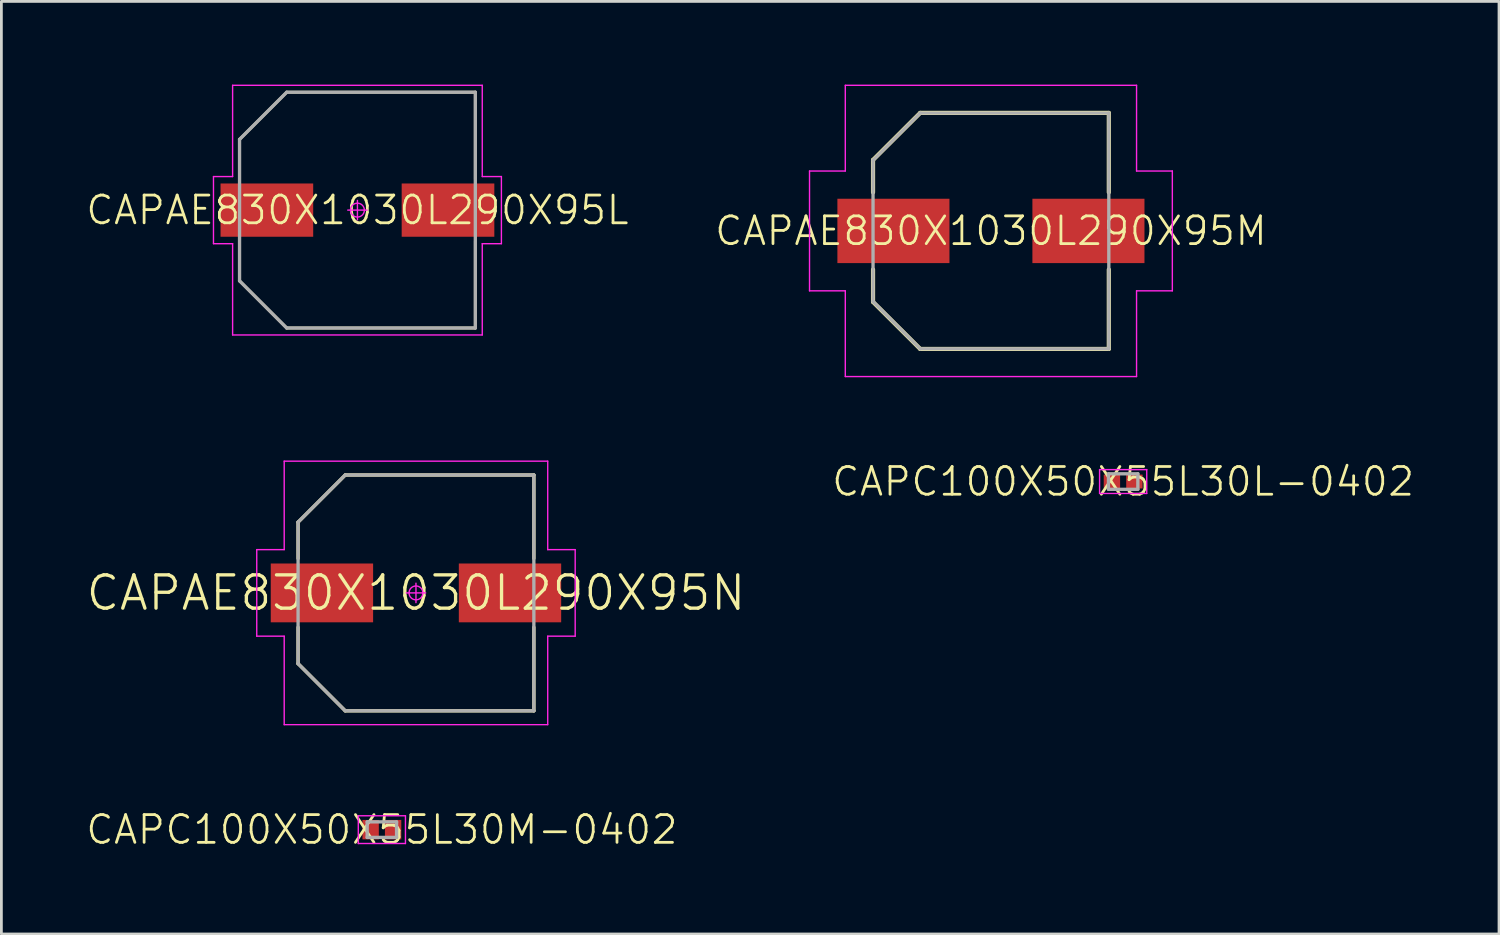
<source format=kicad_pcb>
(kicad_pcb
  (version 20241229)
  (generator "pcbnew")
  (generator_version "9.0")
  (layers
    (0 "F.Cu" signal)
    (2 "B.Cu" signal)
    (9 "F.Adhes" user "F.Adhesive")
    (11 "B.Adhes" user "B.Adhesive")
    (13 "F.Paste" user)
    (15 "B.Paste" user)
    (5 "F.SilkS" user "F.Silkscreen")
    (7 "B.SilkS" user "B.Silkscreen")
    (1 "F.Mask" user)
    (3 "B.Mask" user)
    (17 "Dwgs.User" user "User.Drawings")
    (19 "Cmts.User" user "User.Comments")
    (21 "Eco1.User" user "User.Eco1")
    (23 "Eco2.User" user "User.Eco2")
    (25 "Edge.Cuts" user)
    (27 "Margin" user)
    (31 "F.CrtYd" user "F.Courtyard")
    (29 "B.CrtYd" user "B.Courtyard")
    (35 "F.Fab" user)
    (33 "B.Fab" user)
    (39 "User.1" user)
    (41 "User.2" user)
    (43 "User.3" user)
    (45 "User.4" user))
  (footprint "CAPAE830X1030L290X95N"
    (layer "F.Cu")
    (at 11.946 18.325)
    (property "Reference" "CAPAE830X1030L290X95N" (at 0 0 0) (layer "F.SilkS") (effects (font (size 1.2 1.2) (thickness 0.12))))
    (attr smd)
    (fp_line (start -4.25 -2.55) (end -4.25 -1.24) (stroke (width 0.12) (type solid)) (layer "F.SilkS"))
    (fp_line (start -4.25 2.55) (end -4.25 1.24) (stroke (width 0.12) (type solid)) (layer "F.SilkS"))
    (fp_line (start -2.55 -4.25) (end -4.25 -2.55) (stroke (width 0.12) (type solid)) (layer "F.SilkS"))
    (fp_line (start -2.55 4.25) (end -4.25 2.55) (stroke (width 0.12) (type solid)) (layer "F.SilkS"))
    (fp_line (start 4.25 -4.25) (end -2.55 -4.25) (stroke (width 0.12) (type solid)) (layer "F.SilkS"))
    (fp_line (start 4.25 -1.24) (end 4.25 -4.25) (stroke (width 0.12) (type solid)) (layer "F.SilkS"))
    (fp_line (start 4.25 1.24) (end 4.25 4.25) (stroke (width 0.12) (type solid)) (layer "F.SilkS"))
    (fp_line (start 4.25 4.25) (end -2.55 4.25) (stroke (width 0.12) (type solid)) (layer "F.SilkS"))
    (fp_line (start -5.74 -1.56) (end -5.74 1.56) (stroke (width 0.05) (type solid)) (layer "F.CrtYd"))
    (fp_line (start -5.74 1.56) (end -4.75 1.56) (stroke (width 0.05) (type solid)) (layer "F.CrtYd"))
    (fp_line (start -4.75 -4.75) (end -4.75 -1.56) (stroke (width 0.05) (type solid)) (layer "F.CrtYd"))
    (fp_line (start -4.75 -1.56) (end -5.74 -1.56) (stroke (width 0.05) (type solid)) (layer "F.CrtYd"))
    (fp_line (start -4.75 1.56) (end -4.75 4.75) (stroke (width 0.05) (type solid)) (layer "F.CrtYd"))
    (fp_line (start -4.75 4.75) (end 4.75 4.75) (stroke (width 0.05) (type solid)) (layer "F.CrtYd"))
    (fp_line (start 0 -0.35) (end 0 0.35) (stroke (width 0.05) (type solid)) (layer "F.CrtYd"))
    (fp_line (start 0.35 0) (end -0.35 0) (stroke (width 0.05) (type solid)) (layer "F.CrtYd"))
    (fp_line (start 4.75 -4.75) (end -4.75 -4.75) (stroke (width 0.05) (type solid)) (layer "F.CrtYd"))
    (fp_line (start 4.75 -1.56) (end 4.75 -4.75) (stroke (width 0.05) (type solid)) (layer "F.CrtYd"))
    (fp_line (start 4.75 1.56) (end 5.74 1.56) (stroke (width 0.05) (type solid)) (layer "F.CrtYd"))
    (fp_line (start 4.75 4.75) (end 4.75 1.56) (stroke (width 0.05) (type solid)) (layer "F.CrtYd"))
    (fp_line (start 5.74 -1.56) (end 4.75 -1.56) (stroke (width 0.05) (type solid)) (layer "F.CrtYd"))
    (fp_line (start 5.74 1.56) (end 5.74 -1.56) (stroke (width 0.05) (type solid)) (layer "F.CrtYd"))
    (fp_circle (center 0 0) (end 0 0.25) (stroke (width 0.05) (type solid)) (fill no) (layer "F.CrtYd"))
    (fp_line (start -4.25 -2.55) (end -2.55 -4.25) (stroke (width 0.12) (type solid)) (layer "F.Fab"))
    (fp_line (start -4.25 2.55) (end -4.25 -2.55) (stroke (width 0.12) (type solid)) (layer "F.Fab"))
    (fp_line (start -2.55 -4.25) (end 4.25 -4.25) (stroke (width 0.12) (type solid)) (layer "F.Fab"))
    (fp_line (start -2.55 4.25) (end -4.25 2.55) (stroke (width 0.12) (type solid)) (layer "F.Fab"))
    (fp_line (start 4.25 -4.25) (end 4.25 4.25) (stroke (width 0.12) (type solid)) (layer "F.Fab"))
    (fp_line (start 4.25 4.25) (end -2.55 4.25) (stroke (width 0.12) (type solid)) (layer "F.Fab"))
    (pad "1" smd rect (at -3.39 0) (size 3.69 2.12) (layers "F.Cu" "F.Mask" "F.Paste"))
    (pad "2" smd rect (at 3.39 0) (size 3.69 2.12) (layers "F.Cu" "F.Mask" "F.Paste")))
  (footprint "CAPAE830X1030L290X95M"
    (layer "F.Cu")
    (at 32.674 5.275)
    (property "Reference" "CAPAE830X1030L290X95M" (at 0 0 0) (layer "F.SilkS") (effects (font (size 1 1) (thickness 0.1))))
    (attr smd)
    (fp_line (start -4.25 -2.56) (end -4.25 -1.39) (stroke (width 0.15) (type solid)) (layer "F.SilkS"))
    (fp_line (start -4.25 2.56) (end -4.25 1.39) (stroke (width 0.15) (type solid)) (layer "F.SilkS"))
    (fp_line (start -2.55 -4.255) (end -4.25 -2.56) (stroke (width 0.15) (type solid)) (layer "F.SilkS"))
    (fp_line (start -2.55 4.255) (end -4.25 2.56) (stroke (width 0.15) (type solid)) (layer "F.SilkS"))
    (fp_line (start 4.25 -4.255) (end -2.55 -4.255) (stroke (width 0.15) (type solid)) (layer "F.SilkS"))
    (fp_line (start 4.25 -1.39) (end 4.25 -4.255) (stroke (width 0.15) (type solid)) (layer "F.SilkS"))
    (fp_line (start 4.25 1.39) (end 4.25 4.255) (stroke (width 0.15) (type solid)) (layer "F.SilkS"))
    (fp_line (start 4.25 4.255) (end -2.55 4.255) (stroke (width 0.15) (type solid)) (layer "F.SilkS"))
    (fp_line (start -6.54 -2.16) (end -6.54 2.16) (stroke (width 0.05) (type solid)) (layer "F.CrtYd"))
    (fp_line (start -6.54 2.16) (end -5.25 2.16) (stroke (width 0.05) (type solid)) (layer "F.CrtYd"))
    (fp_line (start -5.25 -5.25) (end -5.25 -2.16) (stroke (width 0.05) (type solid)) (layer "F.CrtYd"))
    (fp_line (start -5.25 -2.16) (end -6.54 -2.16) (stroke (width 0.05) (type solid)) (layer "F.CrtYd"))
    (fp_line (start -5.25 2.16) (end -5.25 5.25) (stroke (width 0.05) (type solid)) (layer "F.CrtYd"))
    (fp_line (start -5.25 5.25) (end 5.25 5.25) (stroke (width 0.05) (type solid)) (layer "F.CrtYd"))
    (fp_line (start 5.25 -5.25) (end -5.25 -5.25) (stroke (width 0.05) (type solid)) (layer "F.CrtYd"))
    (fp_line (start 5.25 -2.16) (end 5.25 -5.25) (stroke (width 0.05) (type solid)) (layer "F.CrtYd"))
    (fp_line (start 5.25 2.16) (end 6.54 2.16) (stroke (width 0.05) (type solid)) (layer "F.CrtYd"))
    (fp_line (start 5.25 5.25) (end 5.25 2.16) (stroke (width 0.05) (type solid)) (layer "F.CrtYd"))
    (fp_line (start 6.54 -2.16) (end 5.25 -2.16) (stroke (width 0.05) (type solid)) (layer "F.CrtYd"))
    (fp_line (start 6.54 2.16) (end 6.54 -2.16) (stroke (width 0.05) (type solid)) (layer "F.CrtYd"))
    (fp_line (start -4.25 -2.55) (end -2.55 -4.25) (stroke (width 0.12) (type solid)) (layer "F.Fab"))
    (fp_line (start -4.25 2.55) (end -4.25 -2.55) (stroke (width 0.12) (type solid)) (layer "F.Fab"))
    (fp_line (start -2.55 -4.25) (end 4.25 -4.25) (stroke (width 0.12) (type solid)) (layer "F.Fab"))
    (fp_line (start -2.55 4.25) (end -4.25 2.55) (stroke (width 0.12) (type solid)) (layer "F.Fab"))
    (fp_line (start 4.25 -4.25) (end 4.25 4.25) (stroke (width 0.12) (type solid)) (layer "F.Fab"))
    (fp_line (start 4.25 4.25) (end -2.55 4.25) (stroke (width 0.12) (type solid)) (layer "F.Fab"))
    (pad "1" smd rect (at -3.515 0) (size 4.04 2.32) (layers "F.Cu" "F.Mask" "F.Paste"))
    (pad "2" smd rect (at 3.515 0) (size 4.04 2.32) (layers "F.Cu" "F.Mask" "F.Paste")))
  (footprint "CAPAE830X1030L290X95L"
    (layer "F.Cu")
    (at 9.836 4.525)
    (property "Reference" "CAPAE830X1030L290X95L" (at 0 0 0) (layer "F.SilkS") (effects (font (size 1 1) (thickness 0.1))))
    (attr smd)
    (fp_line (start -4.25 -2.55) (end -4.25 -1.11) (stroke (width 0.1) (type solid)) (layer "F.SilkS"))
    (fp_line (start -4.25 2.55) (end -4.25 1.11) (stroke (width 0.1) (type solid)) (layer "F.SilkS"))
    (fp_line (start -2.55 -4.25) (end -4.25 -2.55) (stroke (width 0.1) (type solid)) (layer "F.SilkS"))
    (fp_line (start -2.55 4.25) (end -4.25 2.55) (stroke (width 0.1) (type solid)) (layer "F.SilkS"))
    (fp_line (start 4.25 -4.25) (end -2.55 -4.25) (stroke (width 0.1) (type solid)) (layer "F.SilkS"))
    (fp_line (start 4.25 -1.11) (end 4.25 -4.25) (stroke (width 0.1) (type solid)) (layer "F.SilkS"))
    (fp_line (start 4.25 1.11) (end 4.25 4.25) (stroke (width 0.1) (type solid)) (layer "F.SilkS"))
    (fp_line (start 4.25 4.25) (end -2.55 4.25) (stroke (width 0.1) (type solid)) (layer "F.SilkS"))
    (fp_line (start -5.19 -1.21) (end -5.19 1.21) (stroke (width 0.05) (type solid)) (layer "F.CrtYd"))
    (fp_line (start -5.19 1.21) (end -4.5 1.21) (stroke (width 0.05) (type solid)) (layer "F.CrtYd"))
    (fp_line (start -4.5 -4.5) (end -4.5 -1.21) (stroke (width 0.05) (type solid)) (layer "F.CrtYd"))
    (fp_line (start -4.5 -1.21) (end -5.19 -1.21) (stroke (width 0.05) (type solid)) (layer "F.CrtYd"))
    (fp_line (start -4.5 1.21) (end -4.5 4.5) (stroke (width 0.05) (type solid)) (layer "F.CrtYd"))
    (fp_line (start -4.5 4.5) (end 4.5 4.5) (stroke (width 0.05) (type solid)) (layer "F.CrtYd"))
    (fp_line (start 0 -0.35) (end 0 0.35) (stroke (width 0.05) (type solid)) (layer "F.CrtYd"))
    (fp_line (start 0.35 0) (end -0.35 0) (stroke (width 0.05) (type solid)) (layer "F.CrtYd"))
    (fp_line (start 4.5 -4.5) (end -4.5 -4.5) (stroke (width 0.05) (type solid)) (layer "F.CrtYd"))
    (fp_line (start 4.5 -1.21) (end 4.5 -4.5) (stroke (width 0.05) (type solid)) (layer "F.CrtYd"))
    (fp_line (start 4.5 1.21) (end 5.19 1.21) (stroke (width 0.05) (type solid)) (layer "F.CrtYd"))
    (fp_line (start 4.5 4.5) (end 4.5 1.21) (stroke (width 0.05) (type solid)) (layer "F.CrtYd"))
    (fp_line (start 5.19 -1.21) (end 4.5 -1.21) (stroke (width 0.05) (type solid)) (layer "F.CrtYd"))
    (fp_line (start 5.19 1.21) (end 5.19 -1.21) (stroke (width 0.05) (type solid)) (layer "F.CrtYd"))
    (fp_circle (center 0 0) (end 0 0.25) (stroke (width 0.05) (type solid)) (fill no) (layer "F.CrtYd"))
    (fp_line (start -4.25 -2.55) (end -2.55 -4.25) (stroke (width 0.12) (type solid)) (layer "F.Fab"))
    (fp_line (start -4.25 2.55) (end -4.25 -2.55) (stroke (width 0.12) (type solid)) (layer "F.Fab"))
    (fp_line (start -2.55 -4.25) (end 4.25 -4.25) (stroke (width 0.12) (type solid)) (layer "F.Fab"))
    (fp_line (start -2.55 4.25) (end -4.25 2.55) (stroke (width 0.12) (type solid)) (layer "F.Fab"))
    (fp_line (start 4.25 -4.25) (end 4.25 4.25) (stroke (width 0.12) (type solid)) (layer "F.Fab"))
    (fp_line (start 4.25 4.25) (end -2.55 4.25) (stroke (width 0.12) (type solid)) (layer "F.Fab"))
    (pad "1" smd rect (at -3.265 0) (size 3.34 1.92) (layers "F.Cu" "F.Mask" "F.Paste"))
    (pad "2" smd rect (at 3.265 0) (size 3.34 1.92) (layers "F.Cu" "F.Mask" "F.Paste")))
  (footprint "CAPC100X50X55L30M-0402"
    (layer "F.Cu")
    (at 10.717 26.86)
    (property "Reference" "CAPC100X50X55L30M-0402" (at 0 0 0) (layer "F.SilkS") (effects (font (size 1 1) (thickness 0.1))))
    (attr smd)
    (fp_line (start -0.85 -0.5) (end 0.85 -0.5) (stroke (width 0.05) (type solid)) (layer "F.CrtYd"))
    (fp_line (start -0.85 0.5) (end -0.85 -0.5) (stroke (width 0.05) (type solid)) (layer "F.CrtYd"))
    (fp_line (start 0.85 -0.5) (end 0.85 0.5) (stroke (width 0.05) (type solid)) (layer "F.CrtYd"))
    (fp_line (start 0.85 0.5) (end -0.85 0.5) (stroke (width 0.05) (type solid)) (layer "F.CrtYd"))
    (fp_line (start -0.53 -0.28) (end 0.53 -0.28) (stroke (width 0.12) (type solid)) (layer "F.Fab"))
    (fp_line (start -0.53 0.28) (end -0.53 -0.28) (stroke (width 0.12) (type solid)) (layer "F.Fab"))
    (fp_line (start 0.53 -0.28) (end 0.53 0.28) (stroke (width 0.12) (type solid)) (layer "F.Fab"))
    (fp_line (start 0.53 0.28) (end -0.53 0.28) (stroke (width 0.12) (type solid)) (layer "F.Fab"))
    (pad "1" smd rect (at -0.405 0) (size 0.59 0.7) (layers "F.Cu" "F.Mask" "F.Paste"))
    (pad "2" smd rect (at 0.405 0) (size 0.59 0.7) (layers "F.Cu" "F.Mask" "F.Paste")))
  (footprint "CAPC100X50X55L30L-0402"
    (layer "F.Cu")
    (at 37.441 14.31)
    (property "Reference" "CAPC100X50X55L30L-0402" (at 0 0 0) (layer "F.SilkS") (effects (font (size 1 1) (thickness 0.1))))
    (attr smd)
    (fp_line (start -0.85 -0.43) (end 0.85 -0.43) (stroke (width 0.05) (type solid)) (layer "F.CrtYd"))
    (fp_line (start -0.85 0.43) (end -0.85 -0.43) (stroke (width 0.05) (type solid)) (layer "F.CrtYd"))
    (fp_line (start 0.85 -0.43) (end 0.85 0.43) (stroke (width 0.05) (type solid)) (layer "F.CrtYd"))
    (fp_line (start 0.85 0.43) (end -0.85 0.43) (stroke (width 0.05) (type solid)) (layer "F.CrtYd"))
    (fp_line (start -0.53 -0.28) (end 0.53 -0.28) (stroke (width 0.12) (type solid)) (layer "F.Fab"))
    (fp_line (start -0.53 0.28) (end -0.53 -0.28) (stroke (width 0.12) (type solid)) (layer "F.Fab"))
    (fp_line (start 0.53 -0.28) (end 0.53 0.28) (stroke (width 0.12) (type solid)) (layer "F.Fab"))
    (fp_line (start 0.53 0.28) (end -0.53 0.28) (stroke (width 0.12) (type solid)) (layer "F.Fab"))
    (pad "1" smd rect (at -0.405 0) (size 0.59 0.5) (layers "F.Cu" "F.Mask" "F.Paste"))
    (pad "2" smd rect (at 0.405 0) (size 0.59 0.5) (layers "F.Cu" "F.Mask" "F.Paste")))
  (gr_rect
    (start -3 -3)
    (end 50.991 30.621)
    (stroke (width 0.1) (type default))
    (fill no)
    (layer "Edge.Cuts")))
</source>
